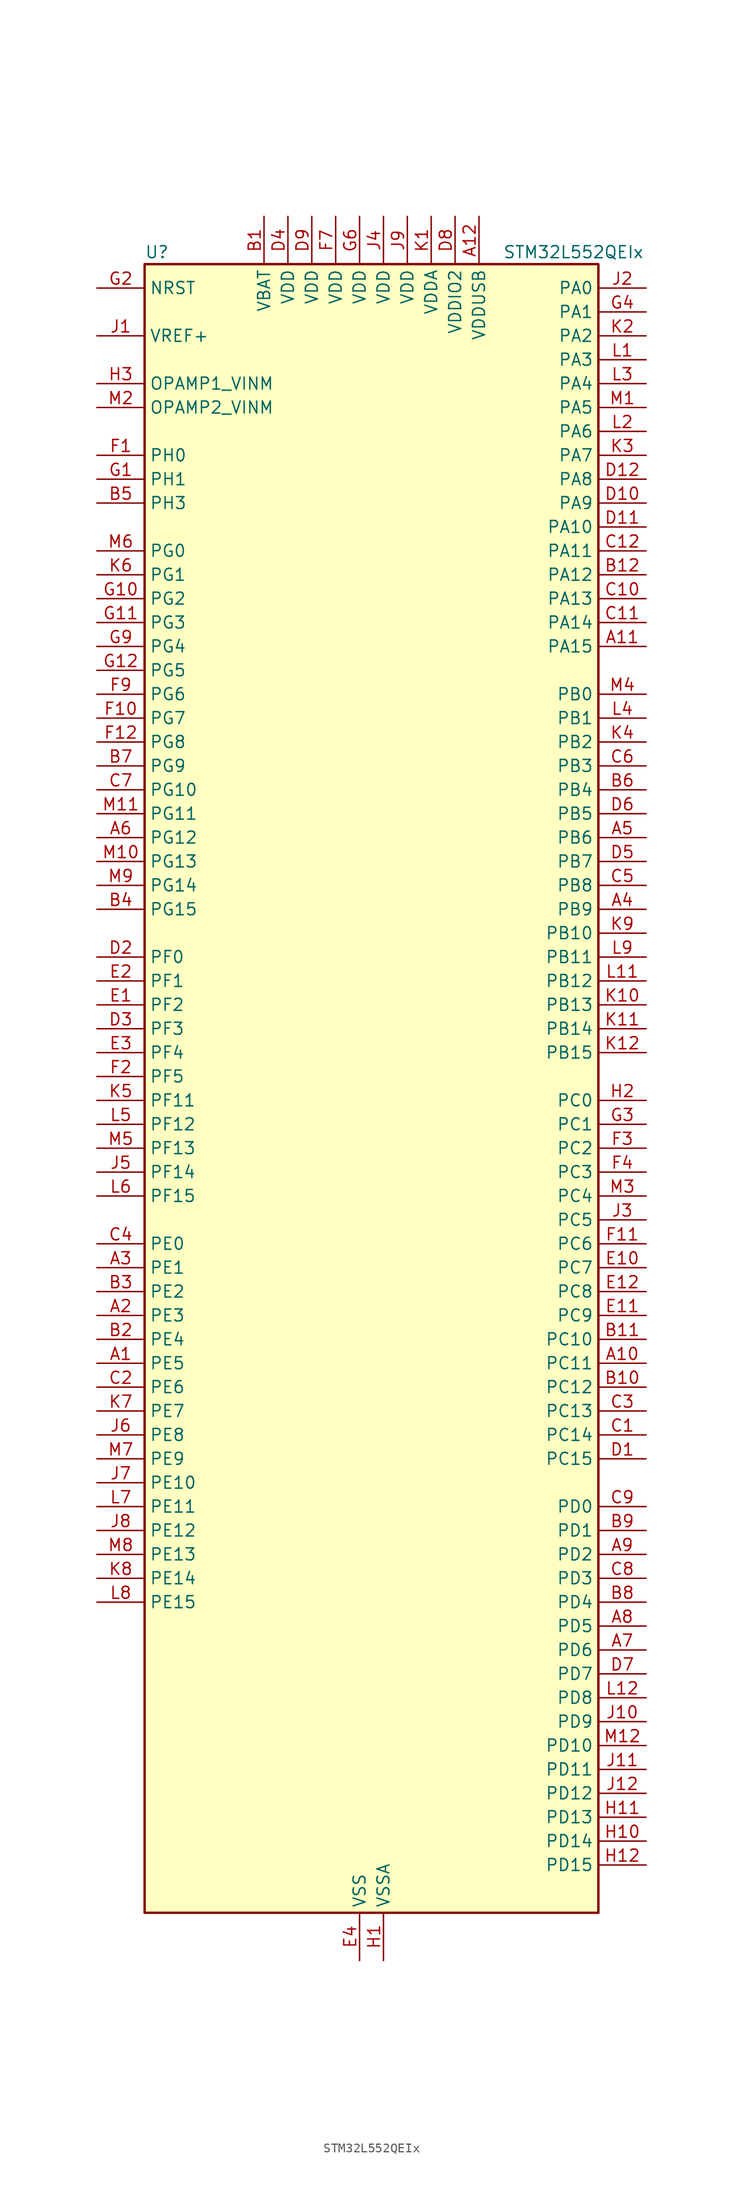
<source format=kicad_sym>
(kicad_symbol_lib
  (version 20220914)
  (generator kicad_symbol_editor)
  (symbol "STM32L552QEIx"
    (property "Reference" "U"
      (at -22.86 90.17 0)
      (effects (font (size 1.27 1.27)) (justify left)))
    (property "Value" "STM32L552QEIx"
      (at 15.24 90.17 0)
      (effects (font (size 1.27 1.27)) (justify left)))
    (property "ki_locked" ""
      (at 0 0 0)
      (effects (font (size 1.27 1.27))))
    (symbol "STM32L552QEIx_0_1"
      (rectangle (start -22.86 -86.36) (end 25.4 88.9) (stroke (width 0.254) (type default)) (fill (type background))))
    (symbol "STM32L552QEIx_1_1"
      (pin bidirectional line (at -27.94 -27.94 0) (length 5.08) (name "PE5" (effects (font (size 1.27 1.27)))) (number "A1" (effects (font (size 1.27 1.27)))) (alternate "DEBUG_TRACED2" bidirectional line) (alternate "DFSDM1_CKIN3" bidirectional line) (alternate "FMC_A21" bidirectional line) (alternate "SAI1_CK2" bidirectional line) (alternate "SAI1_SCK_A" bidirectional line) (alternate "TIM3_CH3" bidirectional line) (alternate "TSC_G7_IO4" bidirectional line))
      (pin bidirectional line (at 30.48 -27.94 180) (length 5.08) (name "PC11" (effects (font (size 1.27 1.27)))) (number "A10" (effects (font (size 1.27 1.27)))) (alternate "ADC1_EXTI11" bidirectional line) (alternate "ADC2_EXTI11" bidirectional line) (alternate "LPTIM3_IN1" bidirectional line) (alternate "OCTOSPI1_NCS" bidirectional line) (alternate "SAI2_MCLK_B" bidirectional line) (alternate "SDMMC1_D3" bidirectional line) (alternate "SPI3_MISO" bidirectional line) (alternate "TSC_G3_IO3" bidirectional line) (alternate "UART4_RX" bidirectional line) (alternate "UCPD1_FRSTX2" bidirectional line) (alternate "USART3_RX" bidirectional line))
      (pin bidirectional line (at 30.48 48.26 180) (length 5.08) (name "PA15" (effects (font (size 1.27 1.27)))) (number "A11" (effects (font (size 1.27 1.27)))) (alternate "ADC1_EXTI15" bidirectional line) (alternate "ADC2_EXTI15" bidirectional line) (alternate "DEBUG_JTDI" bidirectional line) (alternate "SAI2_FS_B" bidirectional line) (alternate "SPI1_NSS" bidirectional line) (alternate "SPI3_NSS" bidirectional line) (alternate "TIM2_CH1" bidirectional line) (alternate "TIM2_ETR" bidirectional line) (alternate "UART4_DE" bidirectional line) (alternate "UART4_RTS" bidirectional line) (alternate "UCPD1_CC1" bidirectional line) (alternate "USART2_RX" bidirectional line) (alternate "USART3_DE" bidirectional line) (alternate "USART3_RTS" bidirectional line))
      (pin power_in line (at 12.7 93.98 270) (length 5.08) (name "VDDUSB" (effects (font (size 1.27 1.27)))) (number "A12" (effects (font (size 1.27 1.27)))))
      (pin bidirectional line (at -27.94 -22.86 0) (length 5.08) (name "PE3" (effects (font (size 1.27 1.27)))) (number "A2" (effects (font (size 1.27 1.27)))) (alternate "DEBUG_TRACED0" bidirectional line) (alternate "FMC_A19" bidirectional line) (alternate "OCTOSPI1_DQS" bidirectional line) (alternate "SAI1_SD_B" bidirectional line) (alternate "TIM3_CH1" bidirectional line) (alternate "TSC_G7_IO2" bidirectional line))
      (pin bidirectional line (at -27.94 -17.78 0) (length 5.08) (name "PE1" (effects (font (size 1.27 1.27)))) (number "A3" (effects (font (size 1.27 1.27)))) (alternate "FMC_NBL1" bidirectional line) (alternate "TIM17_CH1" bidirectional line))
      (pin bidirectional line (at 30.48 20.32 180) (length 5.08) (name "PB9" (effects (font (size 1.27 1.27)))) (number "A4" (effects (font (size 1.27 1.27)))) (alternate "DAC1_EXTI9" bidirectional line) (alternate "FDCAN1_TX" bidirectional line) (alternate "I2C1_SDA" bidirectional line) (alternate "IR_OUT" bidirectional line) (alternate "SAI1_D2" bidirectional line) (alternate "SAI1_FS_A" bidirectional line) (alternate "SDMMC1_CDIR" bidirectional line) (alternate "SDMMC1_D5" bidirectional line) (alternate "SPI2_NSS" bidirectional line) (alternate "TIM17_CH1" bidirectional line) (alternate "TIM4_CH4" bidirectional line))
      (pin bidirectional line (at 30.48 27.94 180) (length 5.08) (name "PB6" (effects (font (size 1.27 1.27)))) (number "A5" (effects (font (size 1.27 1.27)))) (alternate "COMP2_INP" bidirectional line) (alternate "I2C1_SCL" bidirectional line) (alternate "I2C4_SCL" bidirectional line) (alternate "LPTIM1_ETR" bidirectional line) (alternate "SAI1_FS_B" bidirectional line) (alternate "TIM16_CH1N" bidirectional line) (alternate "TIM4_CH1" bidirectional line) (alternate "TIM8_BKIN2" bidirectional line) (alternate "TSC_G2_IO3" bidirectional line) (alternate "USART1_TX" bidirectional line))
      (pin bidirectional line (at -27.94 27.94 0) (length 5.08) (name "PG12" (effects (font (size 1.27 1.27)))) (number "A6" (effects (font (size 1.27 1.27)))) (alternate "FMC_NE4" bidirectional line) (alternate "LPTIM1_ETR" bidirectional line) (alternate "SAI2_SD_A" bidirectional line) (alternate "SPI3_NSS" bidirectional line) (alternate "USART1_DE" bidirectional line) (alternate "USART1_RTS" bidirectional line))
      (pin bidirectional line (at 30.48 -58.42 180) (length 5.08) (name "PD6" (effects (font (size 1.27 1.27)))) (number "A7" (effects (font (size 1.27 1.27)))) (alternate "DFSDM1_DATIN1" bidirectional line) (alternate "FMC_NWAIT" bidirectional line) (alternate "OCTOSPI1_IO6" bidirectional line) (alternate "SAI1_D1" bidirectional line) (alternate "SAI1_SD_A" bidirectional line) (alternate "SPI3_MOSI" bidirectional line) (alternate "USART2_RX" bidirectional line))
      (pin bidirectional line (at 30.48 -55.88 180) (length 5.08) (name "PD5" (effects (font (size 1.27 1.27)))) (number "A8" (effects (font (size 1.27 1.27)))) (alternate "FMC_NWE" bidirectional line) (alternate "OCTOSPI1_IO5" bidirectional line) (alternate "USART2_TX" bidirectional line))
      (pin bidirectional line (at 30.48 -48.26 180) (length 5.08) (name "PD2" (effects (font (size 1.27 1.27)))) (number "A9" (effects (font (size 1.27 1.27)))) (alternate "DEBUG_TRACED2" bidirectional line) (alternate "SDMMC1_CMD" bidirectional line) (alternate "TIM3_ETR" bidirectional line) (alternate "TSC_SYNC" bidirectional line) (alternate "UART5_RX" bidirectional line) (alternate "USART3_DE" bidirectional line) (alternate "USART3_RTS" bidirectional line))
      (pin power_in line (at -10.16 93.98 270) (length 5.08) (name "VBAT" (effects (font (size 1.27 1.27)))) (number "B1" (effects (font (size 1.27 1.27)))))
      (pin bidirectional line (at 30.48 -30.48 180) (length 5.08) (name "PC12" (effects (font (size 1.27 1.27)))) (number "B10" (effects (font (size 1.27 1.27)))) (alternate "DEBUG_TRACED3" bidirectional line) (alternate "SAI2_SD_B" bidirectional line) (alternate "SDMMC1_CK" bidirectional line) (alternate "SPI3_MOSI" bidirectional line) (alternate "TSC_G3_IO4" bidirectional line) (alternate "UART5_TX" bidirectional line) (alternate "USART3_CK" bidirectional line))
      (pin bidirectional line (at 30.48 -25.4 180) (length 5.08) (name "PC10" (effects (font (size 1.27 1.27)))) (number "B11" (effects (font (size 1.27 1.27)))) (alternate "DEBUG_TRACED1" bidirectional line) (alternate "LPTIM3_ETR" bidirectional line) (alternate "SAI2_SCK_B" bidirectional line) (alternate "SDMMC1_D2" bidirectional line) (alternate "SPI3_SCK" bidirectional line) (alternate "TSC_G3_IO2" bidirectional line) (alternate "UART4_TX" bidirectional line) (alternate "USART3_TX" bidirectional line))
      (pin bidirectional line (at 30.48 55.88 180) (length 5.08) (name "PA12" (effects (font (size 1.27 1.27)))) (number "B12" (effects (font (size 1.27 1.27)))) (alternate "FDCAN1_TX" bidirectional line) (alternate "SPI1_MOSI" bidirectional line) (alternate "TIM1_ETR" bidirectional line) (alternate "USART1_DE" bidirectional line) (alternate "USART1_RTS" bidirectional line) (alternate "USB_DP" bidirectional line))
      (pin bidirectional line (at -27.94 -25.4 0) (length 5.08) (name "PE4" (effects (font (size 1.27 1.27)))) (number "B2" (effects (font (size 1.27 1.27)))) (alternate "DEBUG_TRACED1" bidirectional line) (alternate "DFSDM1_DATIN3" bidirectional line) (alternate "FMC_A20" bidirectional line) (alternate "SAI1_D2" bidirectional line) (alternate "SAI1_FS_A" bidirectional line) (alternate "TIM3_CH2" bidirectional line) (alternate "TSC_G7_IO3" bidirectional line))
      (pin bidirectional line (at -27.94 -20.32 0) (length 5.08) (name "PE2" (effects (font (size 1.27 1.27)))) (number "B3" (effects (font (size 1.27 1.27)))) (alternate "DEBUG_TRACECLK" bidirectional line) (alternate "FMC_A23" bidirectional line) (alternate "SAI1_CK1" bidirectional line) (alternate "SAI1_MCLK_A" bidirectional line) (alternate "TIM3_ETR" bidirectional line) (alternate "TSC_G7_IO1" bidirectional line))
      (pin bidirectional line (at -27.94 20.32 0) (length 5.08) (name "PG15" (effects (font (size 1.27 1.27)))) (number "B4" (effects (font (size 1.27 1.27)))) (alternate "ADC1_EXTI15" bidirectional line) (alternate "ADC2_EXTI15" bidirectional line) (alternate "I2C1_SMBA" bidirectional line) (alternate "LPTIM1_OUT" bidirectional line))
      (pin bidirectional line (at -27.94 63.5 0) (length 5.08) (name "PH3" (effects (font (size 1.27 1.27)))) (number "B5" (effects (font (size 1.27 1.27)))))
      (pin bidirectional line (at 30.48 33.02 180) (length 5.08) (name "PB4" (effects (font (size 1.27 1.27)))) (number "B6" (effects (font (size 1.27 1.27)))) (alternate "COMP2_INP" bidirectional line) (alternate "DEBUG_JTRST" bidirectional line) (alternate "I2C3_SDA" bidirectional line) (alternate "SAI1_MCLK_B" bidirectional line) (alternate "SPI1_MISO" bidirectional line) (alternate "SPI3_MISO" bidirectional line) (alternate "TIM17_BKIN" bidirectional line) (alternate "TIM3_CH1" bidirectional line) (alternate "TSC_G2_IO1" bidirectional line) (alternate "UART5_DE" bidirectional line) (alternate "UART5_RTS" bidirectional line) (alternate "USART1_CTS" bidirectional line) (alternate "USART1_NSS" bidirectional line))
      (pin bidirectional line (at -27.94 35.56 0) (length 5.08) (name "PG9" (effects (font (size 1.27 1.27)))) (number "B7" (effects (font (size 1.27 1.27)))) (alternate "DAC1_EXTI9" bidirectional line) (alternate "FMC_NCE" bidirectional line) (alternate "FMC_NE2" bidirectional line) (alternate "SAI2_SCK_A" bidirectional line) (alternate "SPI3_SCK" bidirectional line) (alternate "TIM15_CH1N" bidirectional line) (alternate "USART1_TX" bidirectional line))
      (pin bidirectional line (at 30.48 -53.34 180) (length 5.08) (name "PD4" (effects (font (size 1.27 1.27)))) (number "B8" (effects (font (size 1.27 1.27)))) (alternate "DFSDM1_CKIN0" bidirectional line) (alternate "FMC_NOE" bidirectional line) (alternate "OCTOSPI1_IO4" bidirectional line) (alternate "SPI2_MOSI" bidirectional line) (alternate "USART2_DE" bidirectional line) (alternate "USART2_RTS" bidirectional line))
      (pin bidirectional line (at 30.48 -45.72 180) (length 5.08) (name "PD1" (effects (font (size 1.27 1.27)))) (number "B9" (effects (font (size 1.27 1.27)))) (alternate "FDCAN1_TX" bidirectional line) (alternate "FMC_D3" bidirectional line) (alternate "FMC_DA3" bidirectional line) (alternate "SPI2_SCK" bidirectional line))
      (pin bidirectional line (at 30.48 -35.56 180) (length 5.08) (name "PC14" (effects (font (size 1.27 1.27)))) (number "C1" (effects (font (size 1.27 1.27)))) (alternate "RCC_OSC32_IN" bidirectional line))
      (pin bidirectional line (at 30.48 53.34 180) (length 5.08) (name "PA13" (effects (font (size 1.27 1.27)))) (number "C10" (effects (font (size 1.27 1.27)))) (alternate "DEBUG_JTMS-SWDIO" bidirectional line) (alternate "IR_OUT" bidirectional line) (alternate "SAI1_SD_B" bidirectional line) (alternate "USB_NOE" bidirectional line))
      (pin bidirectional line (at 30.48 50.8 180) (length 5.08) (name "PA14" (effects (font (size 1.27 1.27)))) (number "C11" (effects (font (size 1.27 1.27)))) (alternate "DEBUG_JTCK-SWCLK" bidirectional line) (alternate "I2C1_SMBA" bidirectional line) (alternate "I2C4_SMBA" bidirectional line) (alternate "LPTIM1_OUT" bidirectional line) (alternate "SAI1_FS_B" bidirectional line))
      (pin bidirectional line (at 30.48 58.42 180) (length 5.08) (name "PA11" (effects (font (size 1.27 1.27)))) (number "C12" (effects (font (size 1.27 1.27)))) (alternate "ADC1_EXTI11" bidirectional line) (alternate "ADC2_EXTI11" bidirectional line) (alternate "FDCAN1_RX" bidirectional line) (alternate "SPI1_MISO" bidirectional line) (alternate "TIM1_BKIN2" bidirectional line) (alternate "TIM1_CH4" bidirectional line) (alternate "USART1_CTS" bidirectional line) (alternate "USART1_NSS" bidirectional line) (alternate "USB_DM" bidirectional line))
      (pin bidirectional line (at -27.94 -30.48 0) (length 5.08) (name "PE6" (effects (font (size 1.27 1.27)))) (number "C2" (effects (font (size 1.27 1.27)))) (alternate "DEBUG_TRACED3" bidirectional line) (alternate "FMC_A22" bidirectional line) (alternate "PWR_WKUP3" bidirectional line) (alternate "SAI1_D1" bidirectional line) (alternate "SAI1_SD_A" bidirectional line) (alternate "TAMP_IN3" bidirectional line) (alternate "TAMP_OUT6" bidirectional line) (alternate "TIM3_CH4" bidirectional line))
      (pin bidirectional line (at 30.48 -33.02 180) (length 5.08) (name "PC13" (effects (font (size 1.27 1.27)))) (number "C3" (effects (font (size 1.27 1.27)))) (alternate "PWR_WKUP2" bidirectional line) (alternate "RTC_OUT1" bidirectional line) (alternate "RTC_TS" bidirectional line) (alternate "TAMP_IN1" bidirectional line) (alternate "TAMP_OUT2" bidirectional line))
      (pin bidirectional line (at -27.94 -15.24 0) (length 5.08) (name "PE0" (effects (font (size 1.27 1.27)))) (number "C4" (effects (font (size 1.27 1.27)))) (alternate "FMC_NBL0" bidirectional line) (alternate "TIM16_CH1" bidirectional line) (alternate "TIM4_ETR" bidirectional line))
      (pin bidirectional line (at 30.48 22.86 180) (length 5.08) (name "PB8" (effects (font (size 1.27 1.27)))) (number "C5" (effects (font (size 1.27 1.27)))) (alternate "DFSDM1_CKOUT" bidirectional line) (alternate "FDCAN1_RX" bidirectional line) (alternate "I2C1_SCL" bidirectional line) (alternate "SAI1_CK1" bidirectional line) (alternate "SAI1_MCLK_A" bidirectional line) (alternate "SDMMC1_CKIN" bidirectional line) (alternate "SDMMC1_D4" bidirectional line) (alternate "TIM16_CH1" bidirectional line) (alternate "TIM4_CH3" bidirectional line))
      (pin bidirectional line (at 30.48 35.56 180) (length 5.08) (name "PB3" (effects (font (size 1.27 1.27)))) (number "C6" (effects (font (size 1.27 1.27)))) (alternate "COMP2_INM" bidirectional line) (alternate "CRS_SYNC" bidirectional line) (alternate "DEBUG_JTDO-SWO" bidirectional line) (alternate "SAI1_SCK_B" bidirectional line) (alternate "SPI1_SCK" bidirectional line) (alternate "SPI3_SCK" bidirectional line) (alternate "TIM2_CH2" bidirectional line) (alternate "USART1_DE" bidirectional line) (alternate "USART1_RTS" bidirectional line))
      (pin bidirectional line (at -27.94 33.02 0) (length 5.08) (name "PG10" (effects (font (size 1.27 1.27)))) (number "C7" (effects (font (size 1.27 1.27)))) (alternate "FMC_NE3" bidirectional line) (alternate "LPTIM1_IN1" bidirectional line) (alternate "SAI2_FS_A" bidirectional line) (alternate "SPI3_MISO" bidirectional line) (alternate "TIM15_CH1" bidirectional line) (alternate "USART1_RX" bidirectional line))
      (pin bidirectional line (at 30.48 -50.8 180) (length 5.08) (name "PD3" (effects (font (size 1.27 1.27)))) (number "C8" (effects (font (size 1.27 1.27)))) (alternate "DFSDM1_DATIN0" bidirectional line) (alternate "FMC_CLK" bidirectional line) (alternate "SPI2_MISO" bidirectional line) (alternate "SPI2_SCK" bidirectional line) (alternate "USART2_CTS" bidirectional line) (alternate "USART2_NSS" bidirectional line))
      (pin bidirectional line (at 30.48 -43.18 180) (length 5.08) (name "PD0" (effects (font (size 1.27 1.27)))) (number "C9" (effects (font (size 1.27 1.27)))) (alternate "FDCAN1_RX" bidirectional line) (alternate "FMC_D2" bidirectional line) (alternate "FMC_DA2" bidirectional line) (alternate "SPI2_NSS" bidirectional line))
      (pin bidirectional line (at 30.48 -38.1 180) (length 5.08) (name "PC15" (effects (font (size 1.27 1.27)))) (number "D1" (effects (font (size 1.27 1.27)))) (alternate "ADC1_EXTI15" bidirectional line) (alternate "ADC2_EXTI15" bidirectional line) (alternate "RCC_OSC32_OUT" bidirectional line))
      (pin bidirectional line (at 30.48 63.5 180) (length 5.08) (name "PA9" (effects (font (size 1.27 1.27)))) (number "D10" (effects (font (size 1.27 1.27)))) (alternate "DAC1_EXTI9" bidirectional line) (alternate "SAI1_FS_A" bidirectional line) (alternate "SPI2_SCK" bidirectional line) (alternate "TIM15_BKIN" bidirectional line) (alternate "TIM1_CH2" bidirectional line) (alternate "USART1_TX" bidirectional line))
      (pin bidirectional line (at 30.48 60.96 180) (length 5.08) (name "PA10" (effects (font (size 1.27 1.27)))) (number "D11" (effects (font (size 1.27 1.27)))) (alternate "CRS_SYNC" bidirectional line) (alternate "SAI1_D1" bidirectional line) (alternate "SAI1_SD_A" bidirectional line) (alternate "TIM17_BKIN" bidirectional line) (alternate "TIM1_CH3" bidirectional line) (alternate "USART1_RX" bidirectional line))
      (pin bidirectional line (at 30.48 66.04 180) (length 5.08) (name "PA8" (effects (font (size 1.27 1.27)))) (number "D12" (effects (font (size 1.27 1.27)))) (alternate "LPTIM2_OUT" bidirectional line) (alternate "RCC_MCO" bidirectional line) (alternate "SAI1_CK2" bidirectional line) (alternate "SAI1_SCK_A" bidirectional line) (alternate "TIM1_CH1" bidirectional line) (alternate "USART1_CK" bidirectional line))
      (pin bidirectional line (at -27.94 15.24 0) (length 5.08) (name "PF0" (effects (font (size 1.27 1.27)))) (number "D2" (effects (font (size 1.27 1.27)))) (alternate "FMC_A0" bidirectional line) (alternate "I2C2_SDA" bidirectional line))
      (pin bidirectional line (at -27.94 7.62 0) (length 5.08) (name "PF3" (effects (font (size 1.27 1.27)))) (number "D3" (effects (font (size 1.27 1.27)))) (alternate "FMC_A3" bidirectional line) (alternate "LPTIM3_IN1" bidirectional line))
      (pin power_in line (at -7.62 93.98 270) (length 5.08) (name "VDD" (effects (font (size 1.27 1.27)))) (number "D4" (effects (font (size 1.27 1.27)))))
      (pin bidirectional line (at 30.48 25.4 180) (length 5.08) (name "PB7" (effects (font (size 1.27 1.27)))) (number "D5" (effects (font (size 1.27 1.27)))) (alternate "COMP2_INM" bidirectional line) (alternate "FMC_NL" bidirectional line) (alternate "I2C1_SDA" bidirectional line) (alternate "I2C4_SDA" bidirectional line) (alternate "LPTIM1_IN2" bidirectional line) (alternate "PWR_PVD_IN" bidirectional line) (alternate "TIM17_CH1N" bidirectional line) (alternate "TIM4_CH2" bidirectional line) (alternate "TIM8_BKIN" bidirectional line) (alternate "TSC_G2_IO4" bidirectional line) (alternate "UART4_CTS" bidirectional line) (alternate "USART1_RX" bidirectional line))
      (pin bidirectional line (at 30.48 30.48 180) (length 5.08) (name "PB5" (effects (font (size 1.27 1.27)))) (number "D6" (effects (font (size 1.27 1.27)))) (alternate "COMP2_OUT" bidirectional line) (alternate "I2C1_SMBA" bidirectional line) (alternate "LPTIM1_IN1" bidirectional line) (alternate "OCTOSPI1_NCLK" bidirectional line) (alternate "SAI1_SD_B" bidirectional line) (alternate "SPI1_MOSI" bidirectional line) (alternate "SPI3_MOSI" bidirectional line) (alternate "TIM16_BKIN" bidirectional line) (alternate "TIM3_CH2" bidirectional line) (alternate "TSC_G2_IO2" bidirectional line) (alternate "UART5_CTS" bidirectional line) (alternate "UCPD1_DBCC1" bidirectional line) (alternate "USART1_CK" bidirectional line))
      (pin bidirectional line (at 30.48 -60.96 180) (length 5.08) (name "PD7" (effects (font (size 1.27 1.27)))) (number "D7" (effects (font (size 1.27 1.27)))) (alternate "DFSDM1_CKIN1" bidirectional line) (alternate "FMC_NCE" bidirectional line) (alternate "FMC_NE1" bidirectional line) (alternate "OCTOSPI1_IO7" bidirectional line) (alternate "USART2_CK" bidirectional line))
      (pin power_in line (at 10.16 93.98 270) (length 5.08) (name "VDDIO2" (effects (font (size 1.27 1.27)))) (number "D8" (effects (font (size 1.27 1.27)))))
      (pin power_in line (at -5.08 93.98 270) (length 5.08) (name "VDD" (effects (font (size 1.27 1.27)))) (number "D9" (effects (font (size 1.27 1.27)))))
      (pin bidirectional line (at -27.94 10.16 0) (length 5.08) (name "PF2" (effects (font (size 1.27 1.27)))) (number "E1" (effects (font (size 1.27 1.27)))) (alternate "FMC_A2" bidirectional line) (alternate "I2C2_SMBA" bidirectional line))
      (pin bidirectional line (at 30.48 -17.78 180) (length 5.08) (name "PC7" (effects (font (size 1.27 1.27)))) (number "E10" (effects (font (size 1.27 1.27)))) (alternate "DFSDM1_DATIN3" bidirectional line) (alternate "SAI2_MCLK_B" bidirectional line) (alternate "SDMMC1_D123DIR" bidirectional line) (alternate "SDMMC1_D7" bidirectional line) (alternate "TIM3_CH2" bidirectional line) (alternate "TIM8_CH2" bidirectional line) (alternate "TSC_G4_IO2" bidirectional line))
      (pin bidirectional line (at 30.48 -22.86 180) (length 5.08) (name "PC9" (effects (font (size 1.27 1.27)))) (number "E11" (effects (font (size 1.27 1.27)))) (alternate "DAC1_EXTI9" bidirectional line) (alternate "DEBUG_TRACED0" bidirectional line) (alternate "SAI2_EXTCLK" bidirectional line) (alternate "SDMMC1_D1" bidirectional line) (alternate "TIM3_CH4" bidirectional line) (alternate "TIM8_BKIN2" bidirectional line) (alternate "TIM8_CH4" bidirectional line) (alternate "TSC_G4_IO4" bidirectional line) (alternate "USB_NOE" bidirectional line))
      (pin bidirectional line (at 30.48 -20.32 180) (length 5.08) (name "PC8" (effects (font (size 1.27 1.27)))) (number "E12" (effects (font (size 1.27 1.27)))) (alternate "SDMMC1_D0" bidirectional line) (alternate "TIM3_CH3" bidirectional line) (alternate "TIM8_CH3" bidirectional line) (alternate "TSC_G4_IO3" bidirectional line))
      (pin bidirectional line (at -27.94 12.7 0) (length 5.08) (name "PF1" (effects (font (size 1.27 1.27)))) (number "E2" (effects (font (size 1.27 1.27)))) (alternate "FMC_A1" bidirectional line) (alternate "I2C2_SCL" bidirectional line))
      (pin bidirectional line (at -27.94 5.08 0) (length 5.08) (name "PF4" (effects (font (size 1.27 1.27)))) (number "E3" (effects (font (size 1.27 1.27)))) (alternate "FMC_A4" bidirectional line) (alternate "LPTIM3_ETR" bidirectional line))
      (pin power_in line (at 0 -91.44 90) (length 5.08) (name "VSS" (effects (font (size 1.27 1.27)))) (number "E4" (effects (font (size 1.27 1.27)))))
      (pin passive line (at 0 -91.44 90) (length 5.08) hide (name "VSS" (effects (font (size 1.27 1.27)))) (number "E9" (effects (font (size 1.27 1.27)))))
      (pin bidirectional line (at -27.94 68.58 0) (length 5.08) (name "PH0" (effects (font (size 1.27 1.27)))) (number "F1" (effects (font (size 1.27 1.27)))) (alternate "RCC_OSC_IN" bidirectional line))
      (pin bidirectional line (at -27.94 40.64 0) (length 5.08) (name "PG7" (effects (font (size 1.27 1.27)))) (number "F10" (effects (font (size 1.27 1.27)))) (alternate "DFSDM1_CKOUT" bidirectional line) (alternate "FMC_INT" bidirectional line) (alternate "I2C3_SCL" bidirectional line) (alternate "LPUART1_TX" bidirectional line) (alternate "SAI1_CK1" bidirectional line) (alternate "SAI1_MCLK_A" bidirectional line) (alternate "UCPD1_FRSTX2" bidirectional line))
      (pin bidirectional line (at 30.48 -15.24 180) (length 5.08) (name "PC6" (effects (font (size 1.27 1.27)))) (number "F11" (effects (font (size 1.27 1.27)))) (alternate "DFSDM1_CKIN3" bidirectional line) (alternate "SAI2_MCLK_A" bidirectional line) (alternate "SDMMC1_D0DIR" bidirectional line) (alternate "SDMMC1_D6" bidirectional line) (alternate "TIM3_CH1" bidirectional line) (alternate "TIM8_CH1" bidirectional line) (alternate "TSC_G4_IO1" bidirectional line))
      (pin bidirectional line (at -27.94 38.1 0) (length 5.08) (name "PG8" (effects (font (size 1.27 1.27)))) (number "F12" (effects (font (size 1.27 1.27)))) (alternate "I2C3_SDA" bidirectional line) (alternate "LPUART1_RX" bidirectional line))
      (pin bidirectional line (at -27.94 2.54 0) (length 5.08) (name "PF5" (effects (font (size 1.27 1.27)))) (number "F2" (effects (font (size 1.27 1.27)))) (alternate "FMC_A5" bidirectional line) (alternate "LPTIM3_OUT" bidirectional line))
      (pin bidirectional line (at 30.48 -5.08 180) (length 5.08) (name "PC2" (effects (font (size 1.27 1.27)))) (number "F3" (effects (font (size 1.27 1.27)))) (alternate "ADC1_IN3" bidirectional line) (alternate "ADC2_IN3" bidirectional line) (alternate "DFSDM1_CKOUT" bidirectional line) (alternate "LPTIM1_IN2" bidirectional line) (alternate "OCTOSPI1_IO5" bidirectional line) (alternate "SPI2_MISO" bidirectional line))
      (pin bidirectional line (at 30.48 -7.62 180) (length 5.08) (name "PC3" (effects (font (size 1.27 1.27)))) (number "F4" (effects (font (size 1.27 1.27)))) (alternate "ADC1_IN4" bidirectional line) (alternate "ADC2_IN4" bidirectional line) (alternate "LPTIM1_ETR" bidirectional line) (alternate "LPTIM2_ETR" bidirectional line) (alternate "LPTIM3_OUT" bidirectional line) (alternate "OCTOSPI1_IO6" bidirectional line) (alternate "SAI1_D1" bidirectional line) (alternate "SAI1_SD_A" bidirectional line) (alternate "SPI2_MOSI" bidirectional line))
      (pin passive line (at 0 -91.44 90) (length 5.08) hide (name "VSS" (effects (font (size 1.27 1.27)))) (number "F6" (effects (font (size 1.27 1.27)))))
      (pin power_in line (at -2.54 93.98 270) (length 5.08) (name "VDD" (effects (font (size 1.27 1.27)))) (number "F7" (effects (font (size 1.27 1.27)))))
      (pin bidirectional line (at -27.94 43.18 0) (length 5.08) (name "PG6" (effects (font (size 1.27 1.27)))) (number "F9" (effects (font (size 1.27 1.27)))) (alternate "I2C3_SMBA" bidirectional line) (alternate "LPUART1_DE" bidirectional line) (alternate "LPUART1_RTS" bidirectional line) (alternate "OCTOSPI1_DQS" bidirectional line) (alternate "UCPD1_FRSTX1" bidirectional line))
      (pin bidirectional line (at -27.94 66.04 0) (length 5.08) (name "PH1" (effects (font (size 1.27 1.27)))) (number "G1" (effects (font (size 1.27 1.27)))) (alternate "RCC_OSC_OUT" bidirectional line))
      (pin bidirectional line (at -27.94 53.34 0) (length 5.08) (name "PG2" (effects (font (size 1.27 1.27)))) (number "G10" (effects (font (size 1.27 1.27)))) (alternate "FMC_A12" bidirectional line) (alternate "SAI2_SCK_B" bidirectional line) (alternate "SPI1_SCK" bidirectional line))
      (pin bidirectional line (at -27.94 50.8 0) (length 5.08) (name "PG3" (effects (font (size 1.27 1.27)))) (number "G11" (effects (font (size 1.27 1.27)))) (alternate "FMC_A13" bidirectional line) (alternate "SAI2_FS_B" bidirectional line) (alternate "SPI1_MISO" bidirectional line))
      (pin bidirectional line (at -27.94 45.72 0) (length 5.08) (name "PG5" (effects (font (size 1.27 1.27)))) (number "G12" (effects (font (size 1.27 1.27)))) (alternate "FMC_A15" bidirectional line) (alternate "LPUART1_CTS" bidirectional line) (alternate "SAI2_SD_B" bidirectional line) (alternate "SPI1_NSS" bidirectional line))
      (pin input line (at -27.94 86.36 0) (length 5.08) (name "NRST" (effects (font (size 1.27 1.27)))) (number "G2" (effects (font (size 1.27 1.27)))))
      (pin bidirectional line (at 30.48 -2.54 180) (length 5.08) (name "PC1" (effects (font (size 1.27 1.27)))) (number "G3" (effects (font (size 1.27 1.27)))) (alternate "ADC1_IN2" bidirectional line) (alternate "ADC2_IN2" bidirectional line) (alternate "DEBUG_TRACED0" bidirectional line) (alternate "I2C3_SDA" bidirectional line) (alternate "LPTIM1_OUT" bidirectional line) (alternate "LPUART1_TX" bidirectional line) (alternate "OCTOSPI1_IO4" bidirectional line) (alternate "SAI1_SD_A" bidirectional line) (alternate "SPI2_MOSI" bidirectional line))
      (pin bidirectional line (at 30.48 83.82 180) (length 5.08) (name "PA1" (effects (font (size 1.27 1.27)))) (number "G4" (effects (font (size 1.27 1.27)))) (alternate "ADC1_IN6" bidirectional line) (alternate "ADC2_IN6" bidirectional line) (alternate "I2C1_SMBA" bidirectional line) (alternate "OCTOSPI1_DQS" bidirectional line) (alternate "OPAMP1_VINM" bidirectional line) (alternate "SPI1_SCK" bidirectional line) (alternate "TAMP_IN5" bidirectional line) (alternate "TAMP_OUT4" bidirectional line) (alternate "TIM15_CH1N" bidirectional line) (alternate "TIM2_CH2" bidirectional line) (alternate "TIM5_CH2" bidirectional line) (alternate "UART4_RX" bidirectional line) (alternate "USART2_DE" bidirectional line) (alternate "USART2_RTS" bidirectional line))
      (pin power_in line (at 0 93.98 270) (length 5.08) (name "VDD" (effects (font (size 1.27 1.27)))) (number "G6" (effects (font (size 1.27 1.27)))))
      (pin passive line (at 0 -91.44 90) (length 5.08) hide (name "VSS" (effects (font (size 1.27 1.27)))) (number "G7" (effects (font (size 1.27 1.27)))))
      (pin bidirectional line (at -27.94 48.26 0) (length 5.08) (name "PG4" (effects (font (size 1.27 1.27)))) (number "G9" (effects (font (size 1.27 1.27)))) (alternate "FMC_A14" bidirectional line) (alternate "SAI2_MCLK_B" bidirectional line) (alternate "SPI1_MOSI" bidirectional line))
      (pin power_in line (at 2.54 -91.44 90) (length 5.08) (name "VSSA" (effects (font (size 1.27 1.27)))) (number "H1" (effects (font (size 1.27 1.27)))))
      (pin bidirectional line (at 30.48 -78.74 180) (length 5.08) (name "PD14" (effects (font (size 1.27 1.27)))) (number "H10" (effects (font (size 1.27 1.27)))) (alternate "FMC_D0" bidirectional line) (alternate "FMC_DA0" bidirectional line) (alternate "TIM4_CH3" bidirectional line))
      (pin bidirectional line (at 30.48 -76.2 180) (length 5.08) (name "PD13" (effects (font (size 1.27 1.27)))) (number "H11" (effects (font (size 1.27 1.27)))) (alternate "FMC_A18" bidirectional line) (alternate "I2C4_SDA" bidirectional line) (alternate "LPTIM2_OUT" bidirectional line) (alternate "TIM4_CH2" bidirectional line) (alternate "TSC_G6_IO4" bidirectional line))
      (pin bidirectional line (at 30.48 -81.28 180) (length 5.08) (name "PD15" (effects (font (size 1.27 1.27)))) (number "H12" (effects (font (size 1.27 1.27)))) (alternate "ADC1_EXTI15" bidirectional line) (alternate "ADC2_EXTI15" bidirectional line) (alternate "FMC_D1" bidirectional line) (alternate "FMC_DA1" bidirectional line) (alternate "TIM4_CH4" bidirectional line))
      (pin bidirectional line (at 30.48 0 180) (length 5.08) (name "PC0" (effects (font (size 1.27 1.27)))) (number "H2" (effects (font (size 1.27 1.27)))) (alternate "ADC1_IN1" bidirectional line) (alternate "ADC2_IN1" bidirectional line) (alternate "I2C3_SCL" bidirectional line) (alternate "LPTIM1_IN1" bidirectional line) (alternate "LPTIM2_IN1" bidirectional line) (alternate "LPUART1_RX" bidirectional line) (alternate "OCTOSPI1_IO7" bidirectional line) (alternate "SAI2_FS_A" bidirectional line) (alternate "SDMMC1_D5" bidirectional line))
      (pin bidirectional line (at -27.94 76.2 0) (length 5.08) (name "OPAMP1_VINM" (effects (font (size 1.27 1.27)))) (number "H3" (effects (font (size 1.27 1.27)))) (alternate "OPAMP1_VINM" bidirectional line))
      (pin passive line (at 0 -91.44 90) (length 5.08) hide (name "VSS" (effects (font (size 1.27 1.27)))) (number "H4" (effects (font (size 1.27 1.27)))))
      (pin passive line (at 0 -91.44 90) (length 5.08) hide (name "VSS" (effects (font (size 1.27 1.27)))) (number "H9" (effects (font (size 1.27 1.27)))))
      (pin input line (at -27.94 81.28 0) (length 5.08) (name "VREF+" (effects (font (size 1.27 1.27)))) (number "J1" (effects (font (size 1.27 1.27)))))
      (pin bidirectional line (at 30.48 -66.04 180) (length 5.08) (name "PD9" (effects (font (size 1.27 1.27)))) (number "J10" (effects (font (size 1.27 1.27)))) (alternate "DAC1_EXTI9" bidirectional line) (alternate "FMC_D14" bidirectional line) (alternate "FMC_DA14" bidirectional line) (alternate "SAI2_MCLK_A" bidirectional line) (alternate "USART3_RX" bidirectional line))
      (pin bidirectional line (at 30.48 -71.12 180) (length 5.08) (name "PD11" (effects (font (size 1.27 1.27)))) (number "J11" (effects (font (size 1.27 1.27)))) (alternate "ADC1_EXTI11" bidirectional line) (alternate "ADC2_EXTI11" bidirectional line) (alternate "FMC_A16" bidirectional line) (alternate "FMC_CLE" bidirectional line) (alternate "I2C4_SMBA" bidirectional line) (alternate "LPTIM2_ETR" bidirectional line) (alternate "SAI2_SD_A" bidirectional line) (alternate "TSC_G6_IO2" bidirectional line) (alternate "USART3_CTS" bidirectional line) (alternate "USART3_NSS" bidirectional line))
      (pin bidirectional line (at 30.48 -73.66 180) (length 5.08) (name "PD12" (effects (font (size 1.27 1.27)))) (number "J12" (effects (font (size 1.27 1.27)))) (alternate "FMC_A17" bidirectional line) (alternate "FMC_ALE" bidirectional line) (alternate "I2C4_SCL" bidirectional line) (alternate "LPTIM2_IN1" bidirectional line) (alternate "SAI2_FS_A" bidirectional line) (alternate "TIM4_CH1" bidirectional line) (alternate "TSC_G6_IO3" bidirectional line) (alternate "USART3_DE" bidirectional line) (alternate "USART3_RTS" bidirectional line))
      (pin bidirectional line (at 30.48 86.36 180) (length 5.08) (name "PA0" (effects (font (size 1.27 1.27)))) (number "J2" (effects (font (size 1.27 1.27)))) (alternate "ADC1_IN5" bidirectional line) (alternate "ADC2_IN5" bidirectional line) (alternate "OPAMP1_VINP" bidirectional line) (alternate "PWR_WKUP1" bidirectional line) (alternate "SAI1_EXTCLK" bidirectional line) (alternate "TAMP_IN2" bidirectional line) (alternate "TAMP_OUT1" bidirectional line) (alternate "TIM2_CH1" bidirectional line) (alternate "TIM2_ETR" bidirectional line) (alternate "TIM5_CH1" bidirectional line) (alternate "TIM8_ETR" bidirectional line) (alternate "UART4_TX" bidirectional line) (alternate "USART2_CTS" bidirectional line) (alternate "USART2_NSS" bidirectional line))
      (pin bidirectional line (at 30.48 -12.7 180) (length 5.08) (name "PC5" (effects (font (size 1.27 1.27)))) (number "J3" (effects (font (size 1.27 1.27)))) (alternate "ADC1_IN14" bidirectional line) (alternate "ADC2_IN14" bidirectional line) (alternate "COMP1_INP" bidirectional line) (alternate "PWR_WKUP5" bidirectional line) (alternate "SAI1_D3" bidirectional line) (alternate "TAMP_IN4" bidirectional line) (alternate "TAMP_OUT5" bidirectional line) (alternate "USART3_RX" bidirectional line))
      (pin power_in line (at 2.54 93.98 270) (length 5.08) (name "VDD" (effects (font (size 1.27 1.27)))) (number "J4" (effects (font (size 1.27 1.27)))))
      (pin bidirectional line (at -27.94 -7.62 0) (length 5.08) (name "PF14" (effects (font (size 1.27 1.27)))) (number "J5" (effects (font (size 1.27 1.27)))) (alternate "FMC_A8" bidirectional line) (alternate "I2C4_SCL" bidirectional line) (alternate "TSC_G8_IO1" bidirectional line))
      (pin bidirectional line (at -27.94 -35.56 0) (length 5.08) (name "PE8" (effects (font (size 1.27 1.27)))) (number "J6" (effects (font (size 1.27 1.27)))) (alternate "DFSDM1_CKIN2" bidirectional line) (alternate "FMC_D5" bidirectional line) (alternate "FMC_DA5" bidirectional line) (alternate "SAI1_SCK_B" bidirectional line) (alternate "TIM1_CH1N" bidirectional line))
      (pin bidirectional line (at -27.94 -40.64 0) (length 5.08) (name "PE10" (effects (font (size 1.27 1.27)))) (number "J7" (effects (font (size 1.27 1.27)))) (alternate "FMC_D7" bidirectional line) (alternate "FMC_DA7" bidirectional line) (alternate "OCTOSPI1_CLK" bidirectional line) (alternate "SAI1_MCLK_B" bidirectional line) (alternate "TIM1_CH2N" bidirectional line) (alternate "TSC_G5_IO1" bidirectional line))
      (pin bidirectional line (at -27.94 -45.72 0) (length 5.08) (name "PE12" (effects (font (size 1.27 1.27)))) (number "J8" (effects (font (size 1.27 1.27)))) (alternate "FMC_D9" bidirectional line) (alternate "FMC_DA9" bidirectional line) (alternate "OCTOSPI1_IO0" bidirectional line) (alternate "SPI1_NSS" bidirectional line) (alternate "TIM1_CH3N" bidirectional line) (alternate "TSC_G5_IO3" bidirectional line))
      (pin power_in line (at 5.08 93.98 270) (length 5.08) (name "VDD" (effects (font (size 1.27 1.27)))) (number "J9" (effects (font (size 1.27 1.27)))))
      (pin power_in line (at 7.62 93.98 270) (length 5.08) (name "VDDA" (effects (font (size 1.27 1.27)))) (number "K1" (effects (font (size 1.27 1.27)))))
      (pin bidirectional line (at 30.48 10.16 180) (length 5.08) (name "PB13" (effects (font (size 1.27 1.27)))) (number "K10" (effects (font (size 1.27 1.27)))) (alternate "DFSDM1_CKIN1" bidirectional line) (alternate "I2C2_SCL" bidirectional line) (alternate "LPTIM3_IN1" bidirectional line) (alternate "LPUART1_CTS" bidirectional line) (alternate "SAI2_SCK_A" bidirectional line) (alternate "SPI2_SCK" bidirectional line) (alternate "TIM15_CH1N" bidirectional line) (alternate "TIM1_CH1N" bidirectional line) (alternate "TSC_G1_IO2" bidirectional line) (alternate "UCPD1_FRSTX2" bidirectional line) (alternate "USART3_CTS" bidirectional line) (alternate "USART3_NSS" bidirectional line))
      (pin bidirectional line (at 30.48 7.62 180) (length 5.08) (name "PB14" (effects (font (size 1.27 1.27)))) (number "K11" (effects (font (size 1.27 1.27)))) (alternate "DFSDM1_DATIN2" bidirectional line) (alternate "I2C2_SDA" bidirectional line) (alternate "LPTIM3_ETR" bidirectional line) (alternate "SAI2_MCLK_A" bidirectional line) (alternate "SPI2_MISO" bidirectional line) (alternate "TIM15_CH1" bidirectional line) (alternate "TIM1_CH2N" bidirectional line) (alternate "TIM8_CH2N" bidirectional line) (alternate "TSC_G1_IO3" bidirectional line) (alternate "UCPD1_DBCC2" bidirectional line) (alternate "USART3_DE" bidirectional line) (alternate "USART3_RTS" bidirectional line))
      (pin bidirectional line (at 30.48 5.08 180) (length 5.08) (name "PB15" (effects (font (size 1.27 1.27)))) (number "K12" (effects (font (size 1.27 1.27)))) (alternate "ADC1_EXTI15" bidirectional line) (alternate "ADC2_EXTI15" bidirectional line) (alternate "DFSDM1_CKIN2" bidirectional line) (alternate "RTC_REFIN" bidirectional line) (alternate "SAI2_SD_A" bidirectional line) (alternate "SPI2_MOSI" bidirectional line) (alternate "TIM15_CH2" bidirectional line) (alternate "TIM1_CH3N" bidirectional line) (alternate "TIM8_CH3N" bidirectional line) (alternate "UCPD1_CC2" bidirectional line))
      (pin bidirectional line (at 30.48 81.28 180) (length 5.08) (name "PA2" (effects (font (size 1.27 1.27)))) (number "K2" (effects (font (size 1.27 1.27)))) (alternate "ADC1_IN7" bidirectional line) (alternate "ADC2_IN7" bidirectional line) (alternate "COMP1_INP" bidirectional line) (alternate "LPUART1_TX" bidirectional line) (alternate "OCTOSPI1_NCS" bidirectional line) (alternate "PWR_WKUP4" bidirectional line) (alternate "RCC_LSCO" bidirectional line) (alternate "SAI2_EXTCLK" bidirectional line) (alternate "TIM15_CH1" bidirectional line) (alternate "TIM2_CH3" bidirectional line) (alternate "TIM5_CH3" bidirectional line) (alternate "UCPD1_FRSTX1" bidirectional line) (alternate "USART2_TX" bidirectional line))
      (pin bidirectional line (at 30.48 68.58 180) (length 5.08) (name "PA7" (effects (font (size 1.27 1.27)))) (number "K3" (effects (font (size 1.27 1.27)))) (alternate "ADC1_IN12" bidirectional line) (alternate "ADC2_IN12" bidirectional line) (alternate "I2C3_SCL" bidirectional line) (alternate "OCTOSPI1_IO2" bidirectional line) (alternate "OPAMP2_VINM" bidirectional line) (alternate "SPI1_MOSI" bidirectional line) (alternate "TIM17_CH1" bidirectional line) (alternate "TIM1_CH1N" bidirectional line) (alternate "TIM3_CH2" bidirectional line) (alternate "TIM8_CH1N" bidirectional line))
      (pin bidirectional line (at 30.48 38.1 180) (length 5.08) (name "PB2" (effects (font (size 1.27 1.27)))) (number "K4" (effects (font (size 1.27 1.27)))) (alternate "COMP1_INP" bidirectional line) (alternate "DFSDM1_CKIN0" bidirectional line) (alternate "I2C3_SMBA" bidirectional line) (alternate "LPTIM1_OUT" bidirectional line) (alternate "OCTOSPI1_DQS" bidirectional line) (alternate "RTC_OUT2" bidirectional line) (alternate "UCPD1_FRSTX1" bidirectional line))
      (pin bidirectional line (at -27.94 0 0) (length 5.08) (name "PF11" (effects (font (size 1.27 1.27)))) (number "K5" (effects (font (size 1.27 1.27)))) (alternate "ADC1_EXTI11" bidirectional line) (alternate "ADC2_EXTI11" bidirectional line) (alternate "OCTOSPI1_NCLK" bidirectional line))
      (pin bidirectional line (at -27.94 55.88 0) (length 5.08) (name "PG1" (effects (font (size 1.27 1.27)))) (number "K6" (effects (font (size 1.27 1.27)))) (alternate "FMC_A11" bidirectional line) (alternate "TSC_G8_IO4" bidirectional line))
      (pin bidirectional line (at -27.94 -33.02 0) (length 5.08) (name "PE7" (effects (font (size 1.27 1.27)))) (number "K7" (effects (font (size 1.27 1.27)))) (alternate "DFSDM1_DATIN2" bidirectional line) (alternate "FMC_D4" bidirectional line) (alternate "FMC_DA4" bidirectional line) (alternate "SAI1_SD_B" bidirectional line) (alternate "TIM1_ETR" bidirectional line))
      (pin bidirectional line (at -27.94 -50.8 0) (length 5.08) (name "PE14" (effects (font (size 1.27 1.27)))) (number "K8" (effects (font (size 1.27 1.27)))) (alternate "FMC_D11" bidirectional line) (alternate "FMC_DA11" bidirectional line) (alternate "OCTOSPI1_IO2" bidirectional line) (alternate "SPI1_MISO" bidirectional line) (alternate "TIM1_BKIN2" bidirectional line) (alternate "TIM1_CH4" bidirectional line))
      (pin bidirectional line (at 30.48 17.78 180) (length 5.08) (name "PB10" (effects (font (size 1.27 1.27)))) (number "K9" (effects (font (size 1.27 1.27)))) (alternate "COMP1_OUT" bidirectional line) (alternate "I2C2_SCL" bidirectional line) (alternate "I2C4_SCL" bidirectional line) (alternate "LPTIM3_OUT" bidirectional line) (alternate "LPUART1_RX" bidirectional line) (alternate "OCTOSPI1_CLK" bidirectional line) (alternate "SAI1_SCK_A" bidirectional line) (alternate "SPI2_SCK" bidirectional line) (alternate "TIM2_CH3" bidirectional line) (alternate "TSC_SYNC" bidirectional line) (alternate "USART3_TX" bidirectional line))
      (pin bidirectional line (at 30.48 78.74 180) (length 5.08) (name "PA3" (effects (font (size 1.27 1.27)))) (number "L1" (effects (font (size 1.27 1.27)))) (alternate "ADC1_IN8" bidirectional line) (alternate "ADC2_IN8" bidirectional line) (alternate "LPUART1_RX" bidirectional line) (alternate "OCTOSPI1_CLK" bidirectional line) (alternate "OPAMP1_VOUT" bidirectional line) (alternate "SAI1_CK1" bidirectional line) (alternate "SAI1_MCLK_A" bidirectional line) (alternate "TIM15_CH2" bidirectional line) (alternate "TIM2_CH4" bidirectional line) (alternate "TIM5_CH4" bidirectional line) (alternate "USART2_RX" bidirectional line))
      (pin passive line (at 0 -91.44 90) (length 5.08) hide (name "VSS" (effects (font (size 1.27 1.27)))) (number "L10" (effects (font (size 1.27 1.27)))))
      (pin bidirectional line (at 30.48 12.7 180) (length 5.08) (name "PB12" (effects (font (size 1.27 1.27)))) (number "L11" (effects (font (size 1.27 1.27)))) (alternate "DFSDM1_DATIN1" bidirectional line) (alternate "I2C2_SMBA" bidirectional line) (alternate "LPUART1_DE" bidirectional line) (alternate "LPUART1_RTS" bidirectional line) (alternate "OCTOSPI1_NCLK" bidirectional line) (alternate "SAI2_FS_A" bidirectional line) (alternate "SPI2_NSS" bidirectional line) (alternate "TIM15_BKIN" bidirectional line) (alternate "TIM1_BKIN" bidirectional line) (alternate "TSC_G1_IO1" bidirectional line) (alternate "USART3_CK" bidirectional line))
      (pin bidirectional line (at 30.48 -63.5 180) (length 5.08) (name "PD8" (effects (font (size 1.27 1.27)))) (number "L12" (effects (font (size 1.27 1.27)))) (alternate "FMC_D13" bidirectional line) (alternate "FMC_DA13" bidirectional line) (alternate "USART3_TX" bidirectional line))
      (pin bidirectional line (at 30.48 71.12 180) (length 5.08) (name "PA6" (effects (font (size 1.27 1.27)))) (number "L2" (effects (font (size 1.27 1.27)))) (alternate "ADC1_IN11" bidirectional line) (alternate "ADC2_IN11" bidirectional line) (alternate "LPUART1_CTS" bidirectional line) (alternate "OCTOSPI1_IO3" bidirectional line) (alternate "OPAMP2_VINP" bidirectional line) (alternate "SPI1_MISO" bidirectional line) (alternate "TIM16_CH1" bidirectional line) (alternate "TIM1_BKIN" bidirectional line) (alternate "TIM3_CH1" bidirectional line) (alternate "TIM8_BKIN" bidirectional line) (alternate "USART3_CTS" bidirectional line) (alternate "USART3_NSS" bidirectional line))
      (pin bidirectional line (at 30.48 76.2 180) (length 5.08) (name "PA4" (effects (font (size 1.27 1.27)))) (number "L3" (effects (font (size 1.27 1.27)))) (alternate "ADC1_IN9" bidirectional line) (alternate "ADC2_IN9" bidirectional line) (alternate "DAC1_OUT1" bidirectional line) (alternate "LPTIM2_OUT" bidirectional line) (alternate "OCTOSPI1_NCS" bidirectional line) (alternate "SAI1_FS_B" bidirectional line) (alternate "SPI1_NSS" bidirectional line) (alternate "SPI3_NSS" bidirectional line) (alternate "USART2_CK" bidirectional line))
      (pin bidirectional line (at 30.48 40.64 180) (length 5.08) (name "PB1" (effects (font (size 1.27 1.27)))) (number "L4" (effects (font (size 1.27 1.27)))) (alternate "ADC1_IN16" bidirectional line) (alternate "ADC2_IN16" bidirectional line) (alternate "COMP1_INM" bidirectional line) (alternate "DFSDM1_DATIN0" bidirectional line) (alternate "LPTIM2_IN1" bidirectional line) (alternate "LPUART1_DE" bidirectional line) (alternate "LPUART1_RTS" bidirectional line) (alternate "OCTOSPI1_IO0" bidirectional line) (alternate "TIM1_CH3N" bidirectional line) (alternate "TIM3_CH4" bidirectional line) (alternate "TIM8_CH3N" bidirectional line) (alternate "USART3_DE" bidirectional line) (alternate "USART3_RTS" bidirectional line))
      (pin bidirectional line (at -27.94 -2.54 0) (length 5.08) (name "PF12" (effects (font (size 1.27 1.27)))) (number "L5" (effects (font (size 1.27 1.27)))) (alternate "FMC_A6" bidirectional line))
      (pin bidirectional line (at -27.94 -10.16 0) (length 5.08) (name "PF15" (effects (font (size 1.27 1.27)))) (number "L6" (effects (font (size 1.27 1.27)))) (alternate "ADC1_EXTI15" bidirectional line) (alternate "ADC2_EXTI15" bidirectional line) (alternate "FMC_A9" bidirectional line) (alternate "I2C4_SDA" bidirectional line) (alternate "TSC_G8_IO2" bidirectional line))
      (pin bidirectional line (at -27.94 -43.18 0) (length 5.08) (name "PE11" (effects (font (size 1.27 1.27)))) (number "L7" (effects (font (size 1.27 1.27)))) (alternate "ADC1_EXTI11" bidirectional line) (alternate "ADC2_EXTI11" bidirectional line) (alternate "FMC_D8" bidirectional line) (alternate "FMC_DA8" bidirectional line) (alternate "OCTOSPI1_NCS" bidirectional line) (alternate "TIM1_CH2" bidirectional line) (alternate "TSC_G5_IO2" bidirectional line))
      (pin bidirectional line (at -27.94 -53.34 0) (length 5.08) (name "PE15" (effects (font (size 1.27 1.27)))) (number "L8" (effects (font (size 1.27 1.27)))) (alternate "ADC1_EXTI15" bidirectional line) (alternate "ADC2_EXTI15" bidirectional line) (alternate "FMC_D12" bidirectional line) (alternate "FMC_DA12" bidirectional line) (alternate "OCTOSPI1_IO3" bidirectional line) (alternate "SPI1_MOSI" bidirectional line) (alternate "TIM1_BKIN" bidirectional line))
      (pin bidirectional line (at 30.48 15.24 180) (length 5.08) (name "PB11" (effects (font (size 1.27 1.27)))) (number "L9" (effects (font (size 1.27 1.27)))) (alternate "ADC1_EXTI11" bidirectional line) (alternate "ADC2_EXTI11" bidirectional line) (alternate "COMP2_OUT" bidirectional line) (alternate "I2C2_SDA" bidirectional line) (alternate "I2C4_SDA" bidirectional line) (alternate "LPUART1_TX" bidirectional line) (alternate "OCTOSPI1_NCS" bidirectional line) (alternate "TIM2_CH4" bidirectional line) (alternate "USART3_RX" bidirectional line))
      (pin bidirectional line (at 30.48 73.66 180) (length 5.08) (name "PA5" (effects (font (size 1.27 1.27)))) (number "M1" (effects (font (size 1.27 1.27)))) (alternate "ADC1_IN10" bidirectional line) (alternate "ADC2_IN10" bidirectional line) (alternate "DAC1_OUT2" bidirectional line) (alternate "LPTIM2_ETR" bidirectional line) (alternate "SPI1_SCK" bidirectional line) (alternate "TIM2_CH1" bidirectional line) (alternate "TIM2_ETR" bidirectional line) (alternate "TIM8_CH1N" bidirectional line))
      (pin bidirectional line (at -27.94 25.4 0) (length 5.08) (name "PG13" (effects (font (size 1.27 1.27)))) (number "M10" (effects (font (size 1.27 1.27)))) (alternate "FMC_A24" bidirectional line) (alternate "I2C1_SDA" bidirectional line) (alternate "USART1_CK" bidirectional line))
      (pin bidirectional line (at -27.94 30.48 0) (length 5.08) (name "PG11" (effects (font (size 1.27 1.27)))) (number "M11" (effects (font (size 1.27 1.27)))) (alternate "ADC1_EXTI11" bidirectional line) (alternate "ADC2_EXTI11" bidirectional line) (alternate "LPTIM1_IN2" bidirectional line) (alternate "OCTOSPI1_IO5" bidirectional line) (alternate "SAI2_MCLK_A" bidirectional line) (alternate "SPI3_MOSI" bidirectional line) (alternate "TIM15_CH2" bidirectional line) (alternate "USART1_CTS" bidirectional line) (alternate "USART1_NSS" bidirectional line))
      (pin bidirectional line (at 30.48 -68.58 180) (length 5.08) (name "PD10" (effects (font (size 1.27 1.27)))) (number "M12" (effects (font (size 1.27 1.27)))) (alternate "FMC_D15" bidirectional line) (alternate "FMC_DA15" bidirectional line) (alternate "SAI2_SCK_A" bidirectional line) (alternate "TSC_G6_IO1" bidirectional line) (alternate "USART3_CK" bidirectional line))
      (pin bidirectional line (at -27.94 73.66 0) (length 5.08) (name "OPAMP2_VINM" (effects (font (size 1.27 1.27)))) (number "M2" (effects (font (size 1.27 1.27)))) (alternate "OPAMP2_VINM" bidirectional line))
      (pin bidirectional line (at 30.48 -10.16 180) (length 5.08) (name "PC4" (effects (font (size 1.27 1.27)))) (number "M3" (effects (font (size 1.27 1.27)))) (alternate "ADC1_IN13" bidirectional line) (alternate "ADC2_IN13" bidirectional line) (alternate "COMP1_INM" bidirectional line) (alternate "OCTOSPI1_IO7" bidirectional line) (alternate "USART3_TX" bidirectional line))
      (pin bidirectional line (at 30.48 43.18 180) (length 5.08) (name "PB0" (effects (font (size 1.27 1.27)))) (number "M4" (effects (font (size 1.27 1.27)))) (alternate "ADC1_IN15" bidirectional line) (alternate "ADC2_IN15" bidirectional line) (alternate "COMP1_OUT" bidirectional line) (alternate "OCTOSPI1_IO1" bidirectional line) (alternate "OPAMP2_VOUT" bidirectional line) (alternate "SAI1_EXTCLK" bidirectional line) (alternate "SPI1_NSS" bidirectional line) (alternate "TIM1_CH2N" bidirectional line) (alternate "TIM3_CH3" bidirectional line) (alternate "TIM8_CH2N" bidirectional line) (alternate "USART3_CK" bidirectional line))
      (pin bidirectional line (at -27.94 -5.08 0) (length 5.08) (name "PF13" (effects (font (size 1.27 1.27)))) (number "M5" (effects (font (size 1.27 1.27)))) (alternate "FMC_A7" bidirectional line) (alternate "I2C4_SMBA" bidirectional line))
      (pin bidirectional line (at -27.94 58.42 0) (length 5.08) (name "PG0" (effects (font (size 1.27 1.27)))) (number "M6" (effects (font (size 1.27 1.27)))) (alternate "FMC_A10" bidirectional line) (alternate "TSC_G8_IO3" bidirectional line))
      (pin bidirectional line (at -27.94 -38.1 0) (length 5.08) (name "PE9" (effects (font (size 1.27 1.27)))) (number "M7" (effects (font (size 1.27 1.27)))) (alternate "DAC1_EXTI9" bidirectional line) (alternate "DFSDM1_CKOUT" bidirectional line) (alternate "FMC_D6" bidirectional line) (alternate "FMC_DA6" bidirectional line) (alternate "OCTOSPI1_NCLK" bidirectional line) (alternate "SAI1_FS_B" bidirectional line) (alternate "TIM1_CH1" bidirectional line))
      (pin bidirectional line (at -27.94 -48.26 0) (length 5.08) (name "PE13" (effects (font (size 1.27 1.27)))) (number "M8" (effects (font (size 1.27 1.27)))) (alternate "FMC_D10" bidirectional line) (alternate "FMC_DA10" bidirectional line) (alternate "OCTOSPI1_IO1" bidirectional line) (alternate "SPI1_SCK" bidirectional line) (alternate "TIM1_CH3" bidirectional line) (alternate "TSC_G5_IO4" bidirectional line))
      (pin bidirectional line (at -27.94 22.86 0) (length 5.08) (name "PG14" (effects (font (size 1.27 1.27)))) (number "M9" (effects (font (size 1.27 1.27)))) (alternate "FMC_A25" bidirectional line) (alternate "I2C1_SCL" bidirectional line)))))
</source>
